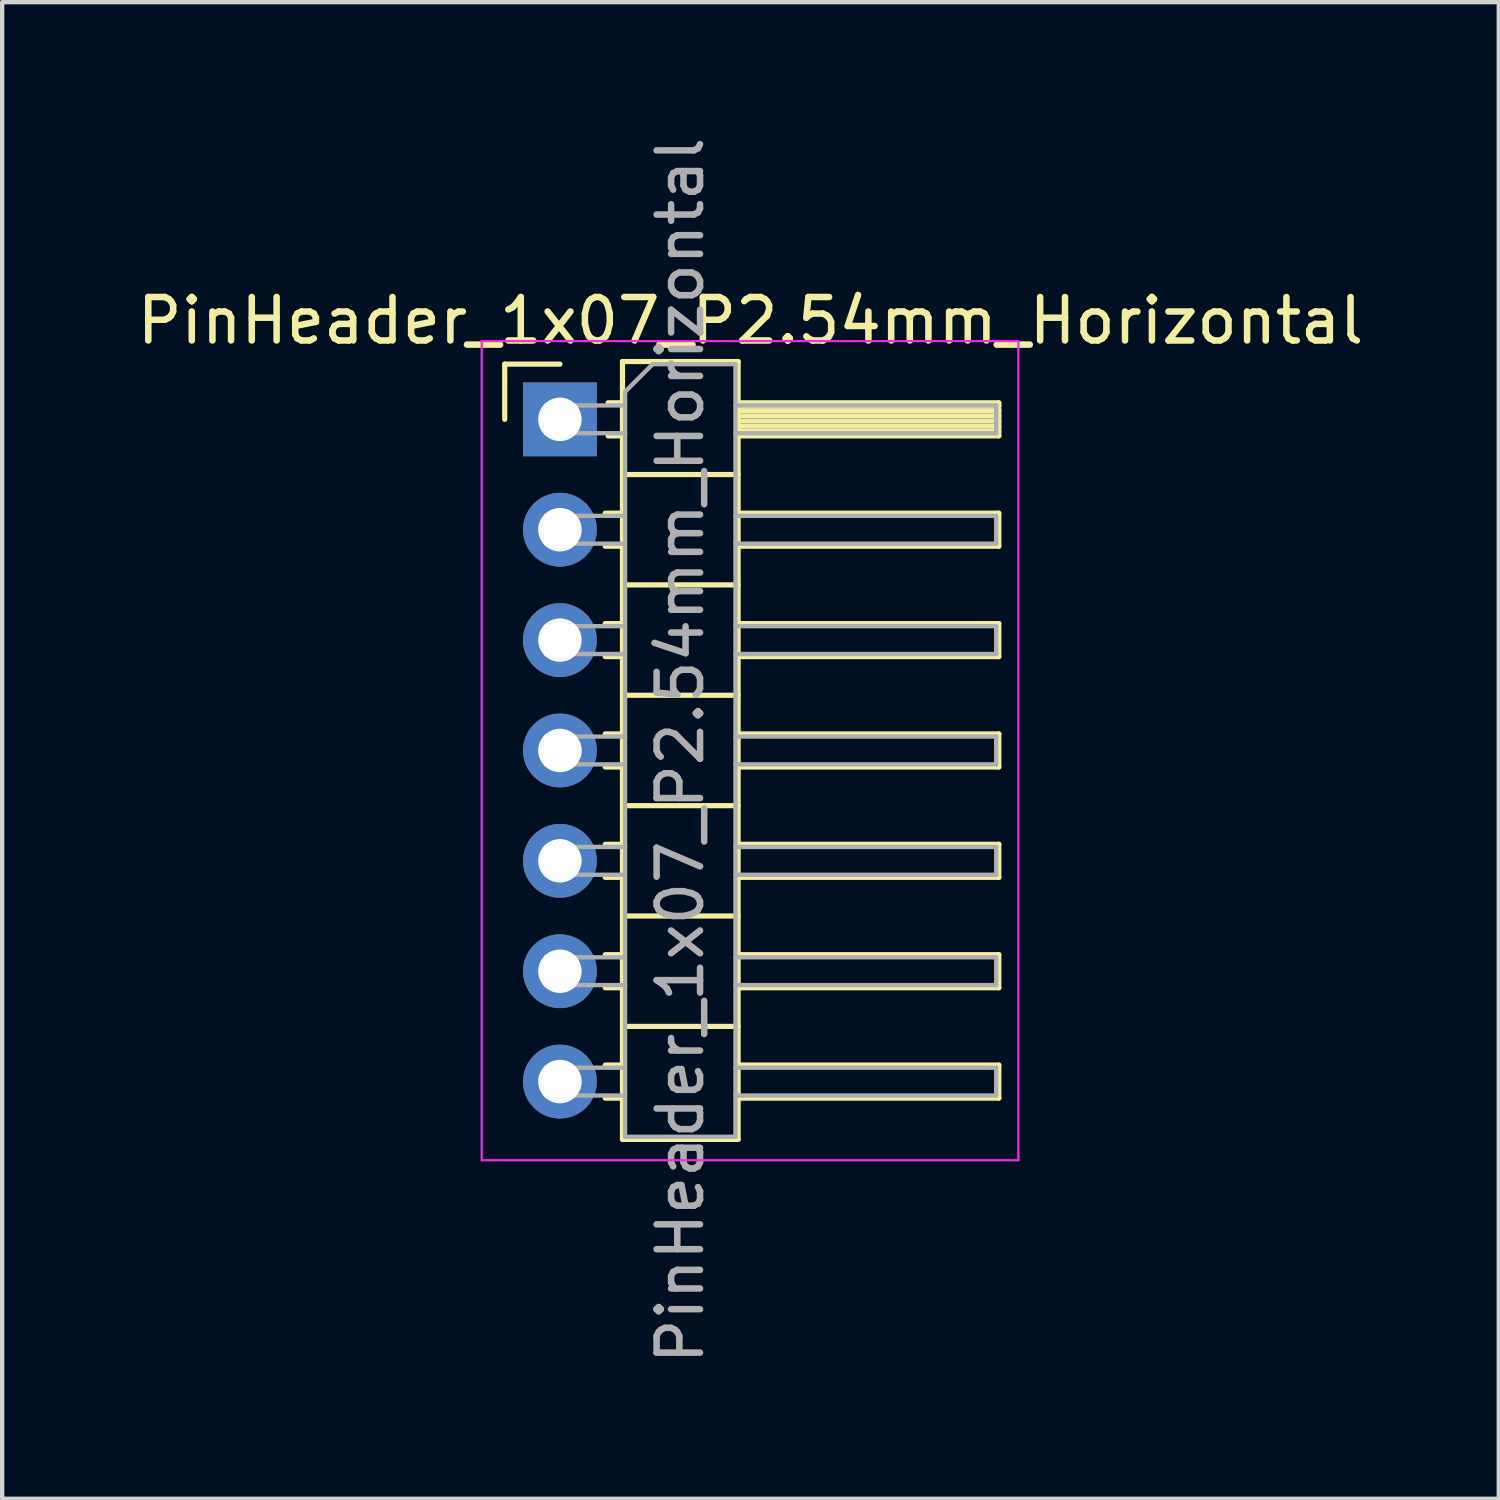
<source format=kicad_pcb>
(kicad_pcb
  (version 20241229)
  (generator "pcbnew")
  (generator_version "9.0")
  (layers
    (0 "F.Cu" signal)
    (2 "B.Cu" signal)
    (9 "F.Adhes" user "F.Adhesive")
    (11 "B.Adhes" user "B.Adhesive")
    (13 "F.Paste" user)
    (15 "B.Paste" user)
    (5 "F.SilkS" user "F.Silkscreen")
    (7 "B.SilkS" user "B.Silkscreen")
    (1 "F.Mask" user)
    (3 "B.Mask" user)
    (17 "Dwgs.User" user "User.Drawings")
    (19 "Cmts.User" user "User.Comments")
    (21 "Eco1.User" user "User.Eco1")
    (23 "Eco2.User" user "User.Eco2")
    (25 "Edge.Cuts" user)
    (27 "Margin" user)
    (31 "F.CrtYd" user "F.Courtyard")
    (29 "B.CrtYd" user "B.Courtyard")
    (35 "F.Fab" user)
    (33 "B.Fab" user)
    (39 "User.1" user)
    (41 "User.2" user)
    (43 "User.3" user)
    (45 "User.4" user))
  (footprint "PinHeader_1x07_P2.54mm_Horizontal"
    (layer "F.Cu")
    (at 9.835 6.6)
    (property "Reference" "PinHeader_1x07_P2.54mm_Horizontal" (at 4.385 -2.27 0) (layer "F.SilkS") (effects (font (size 1 1) (thickness 0.15))))
    (attr through_hole)
    (fp_line (start -1.27 -1.27) (end 0 -1.27) (stroke (width 0.12) (type solid)) (layer "F.SilkS"))
    (fp_line (start -1.27 0) (end -1.27 -1.27) (stroke (width 0.12) (type solid)) (layer "F.SilkS"))
    (fp_line (start 1.043 2.16) (end 1.44 2.16) (stroke (width 0.12) (type solid)) (layer "F.SilkS"))
    (fp_line (start 1.043 2.92) (end 1.44 2.92) (stroke (width 0.12) (type solid)) (layer "F.SilkS"))
    (fp_line (start 1.043 4.7) (end 1.44 4.7) (stroke (width 0.12) (type solid)) (layer "F.SilkS"))
    (fp_line (start 1.043 5.46) (end 1.44 5.46) (stroke (width 0.12) (type solid)) (layer "F.SilkS"))
    (fp_line (start 1.043 7.24) (end 1.44 7.24) (stroke (width 0.12) (type solid)) (layer "F.SilkS"))
    (fp_line (start 1.043 8) (end 1.44 8) (stroke (width 0.12) (type solid)) (layer "F.SilkS"))
    (fp_line (start 1.043 9.78) (end 1.44 9.78) (stroke (width 0.12) (type solid)) (layer "F.SilkS"))
    (fp_line (start 1.043 10.54) (end 1.44 10.54) (stroke (width 0.12) (type solid)) (layer "F.SilkS"))
    (fp_line (start 1.043 12.32) (end 1.44 12.32) (stroke (width 0.12) (type solid)) (layer "F.SilkS"))
    (fp_line (start 1.043 13.08) (end 1.44 13.08) (stroke (width 0.12) (type solid)) (layer "F.SilkS"))
    (fp_line (start 1.043 14.86) (end 1.44 14.86) (stroke (width 0.12) (type solid)) (layer "F.SilkS"))
    (fp_line (start 1.043 15.62) (end 1.44 15.62) (stroke (width 0.12) (type solid)) (layer "F.SilkS"))
    (fp_line (start 1.11 -0.38) (end 1.44 -0.38) (stroke (width 0.12) (type solid)) (layer "F.SilkS"))
    (fp_line (start 1.11 0.38) (end 1.44 0.38) (stroke (width 0.12) (type solid)) (layer "F.SilkS"))
    (fp_line (start 1.44 -1.33) (end 1.44 16.57) (stroke (width 0.12) (type solid)) (layer "F.SilkS"))
    (fp_line (start 1.44 1.27) (end 4.1 1.27) (stroke (width 0.12) (type solid)) (layer "F.SilkS"))
    (fp_line (start 1.44 3.81) (end 4.1 3.81) (stroke (width 0.12) (type solid)) (layer "F.SilkS"))
    (fp_line (start 1.44 6.35) (end 4.1 6.35) (stroke (width 0.12) (type solid)) (layer "F.SilkS"))
    (fp_line (start 1.44 8.89) (end 4.1 8.89) (stroke (width 0.12) (type solid)) (layer "F.SilkS"))
    (fp_line (start 1.44 11.43) (end 4.1 11.43) (stroke (width 0.12) (type solid)) (layer "F.SilkS"))
    (fp_line (start 1.44 13.97) (end 4.1 13.97) (stroke (width 0.12) (type solid)) (layer "F.SilkS"))
    (fp_line (start 1.44 16.57) (end 4.1 16.57) (stroke (width 0.12) (type solid)) (layer "F.SilkS"))
    (fp_line (start 4.1 -1.33) (end 1.44 -1.33) (stroke (width 0.12) (type solid)) (layer "F.SilkS"))
    (fp_line (start 4.1 -0.38) (end 10.1 -0.38) (stroke (width 0.12) (type solid)) (layer "F.SilkS"))
    (fp_line (start 4.1 -0.32) (end 10.1 -0.32) (stroke (width 0.12) (type solid)) (layer "F.SilkS"))
    (fp_line (start 4.1 -0.2) (end 10.1 -0.2) (stroke (width 0.12) (type solid)) (layer "F.SilkS"))
    (fp_line (start 4.1 -0.08) (end 10.1 -0.08) (stroke (width 0.12) (type solid)) (layer "F.SilkS"))
    (fp_line (start 4.1 0.04) (end 10.1 0.04) (stroke (width 0.12) (type solid)) (layer "F.SilkS"))
    (fp_line (start 4.1 0.16) (end 10.1 0.16) (stroke (width 0.12) (type solid)) (layer "F.SilkS"))
    (fp_line (start 4.1 0.28) (end 10.1 0.28) (stroke (width 0.12) (type solid)) (layer "F.SilkS"))
    (fp_line (start 4.1 2.16) (end 10.1 2.16) (stroke (width 0.12) (type solid)) (layer "F.SilkS"))
    (fp_line (start 4.1 4.7) (end 10.1 4.7) (stroke (width 0.12) (type solid)) (layer "F.SilkS"))
    (fp_line (start 4.1 7.24) (end 10.1 7.24) (stroke (width 0.12) (type solid)) (layer "F.SilkS"))
    (fp_line (start 4.1 9.78) (end 10.1 9.78) (stroke (width 0.12) (type solid)) (layer "F.SilkS"))
    (fp_line (start 4.1 12.32) (end 10.1 12.32) (stroke (width 0.12) (type solid)) (layer "F.SilkS"))
    (fp_line (start 4.1 14.86) (end 10.1 14.86) (stroke (width 0.12) (type solid)) (layer "F.SilkS"))
    (fp_line (start 4.1 16.57) (end 4.1 -1.33) (stroke (width 0.12) (type solid)) (layer "F.SilkS"))
    (fp_line (start 10.1 -0.38) (end 10.1 0.38) (stroke (width 0.12) (type solid)) (layer "F.SilkS"))
    (fp_line (start 10.1 0.38) (end 4.1 0.38) (stroke (width 0.12) (type solid)) (layer "F.SilkS"))
    (fp_line (start 10.1 2.16) (end 10.1 2.92) (stroke (width 0.12) (type solid)) (layer "F.SilkS"))
    (fp_line (start 10.1 2.92) (end 4.1 2.92) (stroke (width 0.12) (type solid)) (layer "F.SilkS"))
    (fp_line (start 10.1 4.7) (end 10.1 5.46) (stroke (width 0.12) (type solid)) (layer "F.SilkS"))
    (fp_line (start 10.1 5.46) (end 4.1 5.46) (stroke (width 0.12) (type solid)) (layer "F.SilkS"))
    (fp_line (start 10.1 7.24) (end 10.1 8) (stroke (width 0.12) (type solid)) (layer "F.SilkS"))
    (fp_line (start 10.1 8) (end 4.1 8) (stroke (width 0.12) (type solid)) (layer "F.SilkS"))
    (fp_line (start 10.1 9.78) (end 10.1 10.54) (stroke (width 0.12) (type solid)) (layer "F.SilkS"))
    (fp_line (start 10.1 10.54) (end 4.1 10.54) (stroke (width 0.12) (type solid)) (layer "F.SilkS"))
    (fp_line (start 10.1 12.32) (end 10.1 13.08) (stroke (width 0.12) (type solid)) (layer "F.SilkS"))
    (fp_line (start 10.1 13.08) (end 4.1 13.08) (stroke (width 0.12) (type solid)) (layer "F.SilkS"))
    (fp_line (start 10.1 14.86) (end 10.1 15.62) (stroke (width 0.12) (type solid)) (layer "F.SilkS"))
    (fp_line (start 10.1 15.62) (end 4.1 15.62) (stroke (width 0.12) (type solid)) (layer "F.SilkS"))
    (fp_line (start -1.8 -1.8) (end -1.8 17.05) (stroke (width 0.05) (type solid)) (layer "F.CrtYd"))
    (fp_line (start -1.8 17.05) (end 10.55 17.05) (stroke (width 0.05) (type solid)) (layer "F.CrtYd"))
    (fp_line (start 10.55 -1.8) (end -1.8 -1.8) (stroke (width 0.05) (type solid)) (layer "F.CrtYd"))
    (fp_line (start 10.55 17.05) (end 10.55 -1.8) (stroke (width 0.05) (type solid)) (layer "F.CrtYd"))
    (fp_line (start -0.32 -0.32) (end -0.32 0.32) (stroke (width 0.1) (type solid)) (layer "F.Fab"))
    (fp_line (start -0.32 -0.32) (end 1.5 -0.32) (stroke (width 0.1) (type solid)) (layer "F.Fab"))
    (fp_line (start -0.32 0.32) (end 1.5 0.32) (stroke (width 0.1) (type solid)) (layer "F.Fab"))
    (fp_line (start -0.32 2.22) (end -0.32 2.86) (stroke (width 0.1) (type solid)) (layer "F.Fab"))
    (fp_line (start -0.32 2.22) (end 1.5 2.22) (stroke (width 0.1) (type solid)) (layer "F.Fab"))
    (fp_line (start -0.32 2.86) (end 1.5 2.86) (stroke (width 0.1) (type solid)) (layer "F.Fab"))
    (fp_line (start -0.32 4.76) (end -0.32 5.4) (stroke (width 0.1) (type solid)) (layer "F.Fab"))
    (fp_line (start -0.32 4.76) (end 1.5 4.76) (stroke (width 0.1) (type solid)) (layer "F.Fab"))
    (fp_line (start -0.32 5.4) (end 1.5 5.4) (stroke (width 0.1) (type solid)) (layer "F.Fab"))
    (fp_line (start -0.32 7.3) (end -0.32 7.94) (stroke (width 0.1) (type solid)) (layer "F.Fab"))
    (fp_line (start -0.32 7.3) (end 1.5 7.3) (stroke (width 0.1) (type solid)) (layer "F.Fab"))
    (fp_line (start -0.32 7.94) (end 1.5 7.94) (stroke (width 0.1) (type solid)) (layer "F.Fab"))
    (fp_line (start -0.32 9.84) (end -0.32 10.48) (stroke (width 0.1) (type solid)) (layer "F.Fab"))
    (fp_line (start -0.32 9.84) (end 1.5 9.84) (stroke (width 0.1) (type solid)) (layer "F.Fab"))
    (fp_line (start -0.32 10.48) (end 1.5 10.48) (stroke (width 0.1) (type solid)) (layer "F.Fab"))
    (fp_line (start -0.32 12.38) (end -0.32 13.02) (stroke (width 0.1) (type solid)) (layer "F.Fab"))
    (fp_line (start -0.32 12.38) (end 1.5 12.38) (stroke (width 0.1) (type solid)) (layer "F.Fab"))
    (fp_line (start -0.32 13.02) (end 1.5 13.02) (stroke (width 0.1) (type solid)) (layer "F.Fab"))
    (fp_line (start -0.32 14.92) (end -0.32 15.56) (stroke (width 0.1) (type solid)) (layer "F.Fab"))
    (fp_line (start -0.32 14.92) (end 1.5 14.92) (stroke (width 0.1) (type solid)) (layer "F.Fab"))
    (fp_line (start -0.32 15.56) (end 1.5 15.56) (stroke (width 0.1) (type solid)) (layer "F.Fab"))
    (fp_line (start 1.5 -0.635) (end 2.135 -1.27) (stroke (width 0.1) (type solid)) (layer "F.Fab"))
    (fp_line (start 1.5 16.51) (end 1.5 -0.635) (stroke (width 0.1) (type solid)) (layer "F.Fab"))
    (fp_line (start 2.135 -1.27) (end 4.04 -1.27) (stroke (width 0.1) (type solid)) (layer "F.Fab"))
    (fp_line (start 4.04 -1.27) (end 4.04 16.51) (stroke (width 0.1) (type solid)) (layer "F.Fab"))
    (fp_line (start 4.04 -0.32) (end 10.04 -0.32) (stroke (width 0.1) (type solid)) (layer "F.Fab"))
    (fp_line (start 4.04 0.32) (end 10.04 0.32) (stroke (width 0.1) (type solid)) (layer "F.Fab"))
    (fp_line (start 4.04 2.22) (end 10.04 2.22) (stroke (width 0.1) (type solid)) (layer "F.Fab"))
    (fp_line (start 4.04 2.86) (end 10.04 2.86) (stroke (width 0.1) (type solid)) (layer "F.Fab"))
    (fp_line (start 4.04 4.76) (end 10.04 4.76) (stroke (width 0.1) (type solid)) (layer "F.Fab"))
    (fp_line (start 4.04 5.4) (end 10.04 5.4) (stroke (width 0.1) (type solid)) (layer "F.Fab"))
    (fp_line (start 4.04 7.3) (end 10.04 7.3) (stroke (width 0.1) (type solid)) (layer "F.Fab"))
    (fp_line (start 4.04 7.94) (end 10.04 7.94) (stroke (width 0.1) (type solid)) (layer "F.Fab"))
    (fp_line (start 4.04 9.84) (end 10.04 9.84) (stroke (width 0.1) (type solid)) (layer "F.Fab"))
    (fp_line (start 4.04 10.48) (end 10.04 10.48) (stroke (width 0.1) (type solid)) (layer "F.Fab"))
    (fp_line (start 4.04 12.38) (end 10.04 12.38) (stroke (width 0.1) (type solid)) (layer "F.Fab"))
    (fp_line (start 4.04 13.02) (end 10.04 13.02) (stroke (width 0.1) (type solid)) (layer "F.Fab"))
    (fp_line (start 4.04 14.92) (end 10.04 14.92) (stroke (width 0.1) (type solid)) (layer "F.Fab"))
    (fp_line (start 4.04 15.56) (end 10.04 15.56) (stroke (width 0.1) (type solid)) (layer "F.Fab"))
    (fp_line (start 4.04 16.51) (end 1.5 16.51) (stroke (width 0.1) (type solid)) (layer "F.Fab"))
    (fp_line (start 10.04 -0.32) (end 10.04 0.32) (stroke (width 0.1) (type solid)) (layer "F.Fab"))
    (fp_line (start 10.04 2.22) (end 10.04 2.86) (stroke (width 0.1) (type solid)) (layer "F.Fab"))
    (fp_line (start 10.04 4.76) (end 10.04 5.4) (stroke (width 0.1) (type solid)) (layer "F.Fab"))
    (fp_line (start 10.04 7.3) (end 10.04 7.94) (stroke (width 0.1) (type solid)) (layer "F.Fab"))
    (fp_line (start 10.04 9.84) (end 10.04 10.48) (stroke (width 0.1) (type solid)) (layer "F.Fab"))
    (fp_line (start 10.04 12.38) (end 10.04 13.02) (stroke (width 0.1) (type solid)) (layer "F.Fab"))
    (fp_line (start 10.04 14.92) (end 10.04 15.56) (stroke (width 0.1) (type solid)) (layer "F.Fab"))
    (fp_text user "${REFERENCE}" (at 2.77 7.62 90) (layer "F.Fab") (effects (font (size 1 1) (thickness 0.15))))
    (pad "1" thru_hole rect (at 0 0) (size 1.7 1.7) (drill 1) (layers "*.Cu" "*.Mask"))
    (pad "2" thru_hole oval (at 0 2.54) (size 1.7 1.7) (drill 1) (layers "*.Cu" "*.Mask"))
    (pad "3" thru_hole oval (at 0 5.08) (size 1.7 1.7) (drill 1) (layers "*.Cu" "*.Mask"))
    (pad "4" thru_hole oval (at 0 7.62) (size 1.7 1.7) (drill 1) (layers "*.Cu" "*.Mask"))
    (pad "5" thru_hole oval (at 0 10.16) (size 1.7 1.7) (drill 1) (layers "*.Cu" "*.Mask"))
    (pad "6" thru_hole oval (at 0 12.7) (size 1.7 1.7) (drill 1) (layers "*.Cu" "*.Mask"))
    (pad "7" thru_hole oval (at 0 15.24) (size 1.7 1.7) (drill 1) (layers "*.Cu" "*.Mask")))
  (gr_rect
    (start -3 -3)
    (end 31.44 31.44)
    (stroke (width 0.1) (type default))
    (fill no)
    (layer "Edge.Cuts")))
</source>
